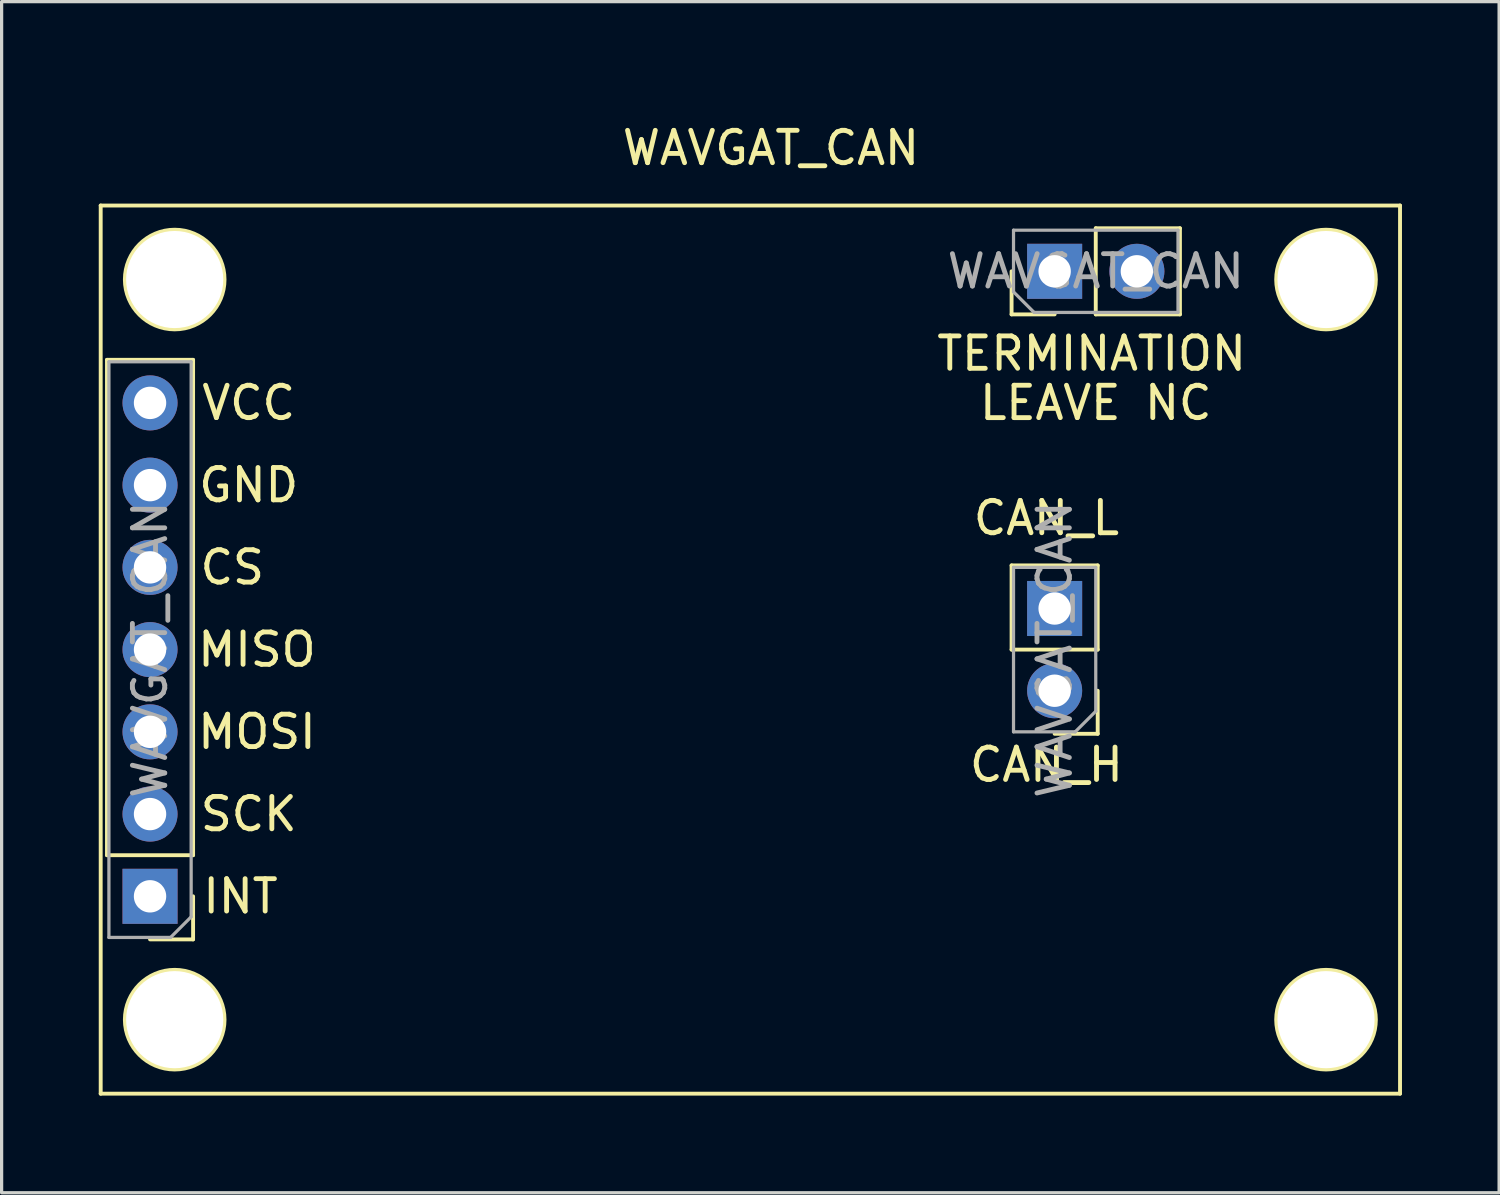
<source format=kicad_pcb>
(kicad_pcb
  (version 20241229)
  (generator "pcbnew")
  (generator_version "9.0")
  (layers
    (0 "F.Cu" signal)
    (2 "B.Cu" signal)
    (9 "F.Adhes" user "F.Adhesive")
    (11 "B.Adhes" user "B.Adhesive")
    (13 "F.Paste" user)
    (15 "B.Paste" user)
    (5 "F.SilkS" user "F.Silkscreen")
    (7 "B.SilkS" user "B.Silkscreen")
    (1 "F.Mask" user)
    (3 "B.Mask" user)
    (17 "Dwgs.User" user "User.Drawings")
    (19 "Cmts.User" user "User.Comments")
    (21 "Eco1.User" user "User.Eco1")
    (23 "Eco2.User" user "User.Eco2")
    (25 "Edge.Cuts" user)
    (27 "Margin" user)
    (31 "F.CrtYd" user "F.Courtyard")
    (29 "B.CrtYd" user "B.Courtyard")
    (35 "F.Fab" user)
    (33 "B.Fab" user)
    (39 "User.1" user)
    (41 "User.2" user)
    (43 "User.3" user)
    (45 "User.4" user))
  (footprint "WAVGAT_CAN"
    (layer "F.Cu")
    (at 10.22 0.25)
    (property "Reference" "WAVGAT_CAN" (at 10.541 1.27 0) (layer "F.SilkS") (effects (font (size 1 1) (thickness 0.15))))
    (attr through_hole)
    (fp_line (start -10.16 3.048) (end 29.972 3.048) (stroke (width 0.12) (type solid)) (layer "F.SilkS"))
    (fp_line (start -10.16 30.48) (end -10.16 3.048) (stroke (width 0.12) (type solid)) (layer "F.SilkS"))
    (fp_line (start -9.966 23.114) (end -9.966 7.814) (stroke (width 0.12) (type solid)) (layer "F.SilkS"))
    (fp_line (start -7.306 7.814) (end -9.966 7.814) (stroke (width 0.12) (type solid)) (layer "F.SilkS"))
    (fp_line (start -7.306 23.114) (end -9.966 23.114) (stroke (width 0.12) (type solid)) (layer "F.SilkS"))
    (fp_line (start -7.306 23.114) (end -7.306 7.814) (stroke (width 0.12) (type solid)) (layer "F.SilkS"))
    (fp_line (start -7.306 24.384) (end -7.306 25.714) (stroke (width 0.12) (type solid)) (layer "F.SilkS"))
    (fp_line (start -7.306 25.714) (end -8.636 25.714) (stroke (width 0.12) (type solid)) (layer "F.SilkS"))
    (fp_line (start 17.974 6.41) (end 17.974 5.08) (stroke (width 0.12) (type solid)) (layer "F.SilkS"))
    (fp_line (start 17.974 16.764) (end 17.974 14.164) (stroke (width 0.12) (type solid)) (layer "F.SilkS"))
    (fp_line (start 19.304 6.41) (end 17.974 6.41) (stroke (width 0.12) (type solid)) (layer "F.SilkS"))
    (fp_line (start 20.574 3.75) (end 23.174 3.75) (stroke (width 0.12) (type solid)) (layer "F.SilkS"))
    (fp_line (start 20.574 6.41) (end 20.574 3.75) (stroke (width 0.12) (type solid)) (layer "F.SilkS"))
    (fp_line (start 20.574 6.41) (end 23.174 6.41) (stroke (width 0.12) (type solid)) (layer "F.SilkS"))
    (fp_line (start 20.634 14.164) (end 17.974 14.164) (stroke (width 0.12) (type solid)) (layer "F.SilkS"))
    (fp_line (start 20.634 16.764) (end 17.974 16.764) (stroke (width 0.12) (type solid)) (layer "F.SilkS"))
    (fp_line (start 20.634 16.764) (end 20.634 14.164) (stroke (width 0.12) (type solid)) (layer "F.SilkS"))
    (fp_line (start 20.634 18.034) (end 20.634 19.364) (stroke (width 0.12) (type solid)) (layer "F.SilkS"))
    (fp_line (start 20.634 19.364) (end 19.304 19.364) (stroke (width 0.12) (type solid)) (layer "F.SilkS"))
    (fp_line (start 23.174 6.41) (end 23.174 3.75) (stroke (width 0.12) (type solid)) (layer "F.SilkS"))
    (fp_line (start 29.972 3.048) (end 29.972 30.48) (stroke (width 0.12) (type solid)) (layer "F.SilkS"))
    (fp_line (start 29.972 30.48) (end -10.16 30.48) (stroke (width 0.12) (type solid)) (layer "F.SilkS"))
    (fp_circle (center -7.874 5.334) (end -9.398 5.334) (stroke (width 0.15) (type solid)) (fill no) (layer "F.SilkS"))
    (fp_circle (center -7.874 28.194) (end -9.398 28.194) (stroke (width 0.15) (type solid)) (fill no) (layer "F.SilkS"))
    (fp_circle (center 27.686 5.334) (end 27.686 6.858) (stroke (width 0.15) (type solid)) (fill no) (layer "F.SilkS"))
    (fp_circle (center 27.686 28.194) (end 29.21 28.194) (stroke (width 0.15) (type solid)) (fill no) (layer "F.SilkS"))
    (fp_line (start -9.906 7.874) (end -7.366 7.874) (stroke (width 0.1) (type solid)) (layer "F.Fab"))
    (fp_line (start -9.906 25.654) (end -9.906 7.874) (stroke (width 0.1) (type solid)) (layer "F.Fab"))
    (fp_line (start -8.001 25.654) (end -9.906 25.654) (stroke (width 0.1) (type solid)) (layer "F.Fab"))
    (fp_line (start -7.366 7.874) (end -7.366 25.019) (stroke (width 0.1) (type solid)) (layer "F.Fab"))
    (fp_line (start -7.366 25.019) (end -8.001 25.654) (stroke (width 0.1) (type solid)) (layer "F.Fab"))
    (fp_line (start 18.034 3.81) (end 23.114 3.81) (stroke (width 0.1) (type solid)) (layer "F.Fab"))
    (fp_line (start 18.034 5.715) (end 18.034 3.81) (stroke (width 0.1) (type solid)) (layer "F.Fab"))
    (fp_line (start 18.034 14.224) (end 20.574 14.224) (stroke (width 0.1) (type solid)) (layer "F.Fab"))
    (fp_line (start 18.034 19.304) (end 18.034 14.224) (stroke (width 0.1) (type solid)) (layer "F.Fab"))
    (fp_line (start 18.669 6.35) (end 18.034 5.715) (stroke (width 0.1) (type solid)) (layer "F.Fab"))
    (fp_line (start 19.939 19.304) (end 18.034 19.304) (stroke (width 0.1) (type solid)) (layer "F.Fab"))
    (fp_line (start 20.574 14.224) (end 20.574 18.669) (stroke (width 0.1) (type solid)) (layer "F.Fab"))
    (fp_line (start 20.574 18.669) (end 19.939 19.304) (stroke (width 0.1) (type solid)) (layer "F.Fab"))
    (fp_line (start 23.114 3.81) (end 23.114 6.35) (stroke (width 0.1) (type solid)) (layer "F.Fab"))
    (fp_line (start 23.114 6.35) (end 18.669 6.35) (stroke (width 0.1) (type solid)) (layer "F.Fab"))
    (fp_text user "CAN_H" (at 19.05 20.32 0) (layer "F.SilkS") (effects (font (size 1 1) (thickness 0.15))))
    (fp_text user "TERMINATION" (at 20.447 7.62 0) (layer "F.SilkS") (effects (font (size 1 1) (thickness 0.15))))
    (fp_text user "CAN_L" (at 19.05 12.7 0) (layer "F.SilkS") (effects (font (size 1 1) (thickness 0.15))))
    (fp_text user "GND" (at -5.588 11.684 0) (layer "F.SilkS") (effects (font (size 1 1) (thickness 0.15))))
    (fp_text user "SCK" (at -5.588 21.844 0) (layer "F.SilkS") (effects (font (size 1 1) (thickness 0.15))))
    (fp_text user "LEAVE NC" (at 20.574 9.144 0) (layer "F.SilkS") (effects (font (size 1 1) (thickness 0.15))))
    (fp_text user "VCC" (at -5.588 9.144 0) (layer "F.SilkS") (effects (font (size 1 1) (thickness 0.15))))
    (fp_text user "MISO" (at -5.334 16.764 0) (layer "F.SilkS") (effects (font (size 1 1) (thickness 0.15))))
    (fp_text user "INT" (at -5.842 24.384 0) (layer "F.SilkS") (effects (font (size 1 1) (thickness 0.15))))
    (fp_text user "CS" (at -6.096 14.224 0) (layer "F.SilkS") (effects (font (size 1 1) (thickness 0.15))))
    (fp_text user "MOSI" (at -5.334 19.304 0) (layer "F.SilkS") (effects (font (size 1 1) (thickness 0.15))))
    (fp_text user "${REFERENCE}" (at 20.574 5.08 180) (layer "F.Fab") (effects (font (size 1 1) (thickness 0.15))))
    (fp_text user "${REFERENCE}" (at -8.636 16.764 270) (layer "F.Fab") (effects (font (size 1 1) (thickness 0.15))))
    (fp_text user "${REFERENCE}" (at 19.304 16.764 270) (layer "F.Fab") (effects (font (size 1 1) (thickness 0.15))))
    (pad "" np_thru_hole circle (at -7.874 5.334) (size 3 3) (drill 3) (layers "*.Cu" "*.Mask"))
    (pad "" np_thru_hole circle (at -7.874 28.194) (size 3 3) (drill 3) (layers "*.Cu" "*.Mask"))
    (pad "" np_thru_hole circle (at 27.686 5.334) (size 3 3) (drill 3) (layers "*.Cu" "*.Mask"))
    (pad "" np_thru_hole circle (at 27.686 28.194) (size 3 3) (drill 3) (layers "*.Cu" "*.Mask"))
    (pad "J1_1" thru_hole rect (at 19.304 5.08 90) (size 1.7 1.7) (drill 1) (layers "*.Cu" "*.Mask"))
    (pad "J1_2" thru_hole oval (at 21.844 5.08 90) (size 1.7 1.7) (drill 1) (layers "*.Cu" "*.Mask"))
    (pad "J3_1" thru_hole rect (at 19.304 15.494 180) (size 1.7 1.7) (drill 1) (layers "*.Cu" "*.Mask"))
    (pad "J3_2" thru_hole oval (at 19.304 18.034 180) (size 1.7 1.7) (drill 1) (layers "*.Cu" "*.Mask"))
    (pad "J4_1" thru_hole rect (at -8.636 24.384 180) (size 1.7 1.7) (drill 1) (layers "*.Cu" "*.Mask"))
    (pad "J4_2" thru_hole oval (at -8.636 21.844 180) (size 1.7 1.7) (drill 1) (layers "*.Cu" "*.Mask"))
    (pad "J4_3" thru_hole oval (at -8.636 19.304 180) (size 1.7 1.7) (drill 1) (layers "*.Cu" "*.Mask"))
    (pad "J4_4" thru_hole oval (at -8.636 16.764 180) (size 1.7 1.7) (drill 1) (layers "*.Cu" "*.Mask"))
    (pad "J4_5" thru_hole oval (at -8.636 14.224 180) (size 1.7 1.7) (drill 1) (layers "*.Cu" "*.Mask"))
    (pad "J4_6" thru_hole oval (at -8.636 11.684 180) (size 1.7 1.7) (drill 1) (layers "*.Cu" "*.Mask"))
    (pad "J4_7" thru_hole oval (at -8.636 9.144 180) (size 1.7 1.7) (drill 1) (layers "*.Cu" "*.Mask")))
  (gr_rect
    (start -3 -3)
    (end 43.252 33.79)
    (stroke (width 0.1) (type default))
    (fill no)
    (layer "Edge.Cuts")))
</source>
